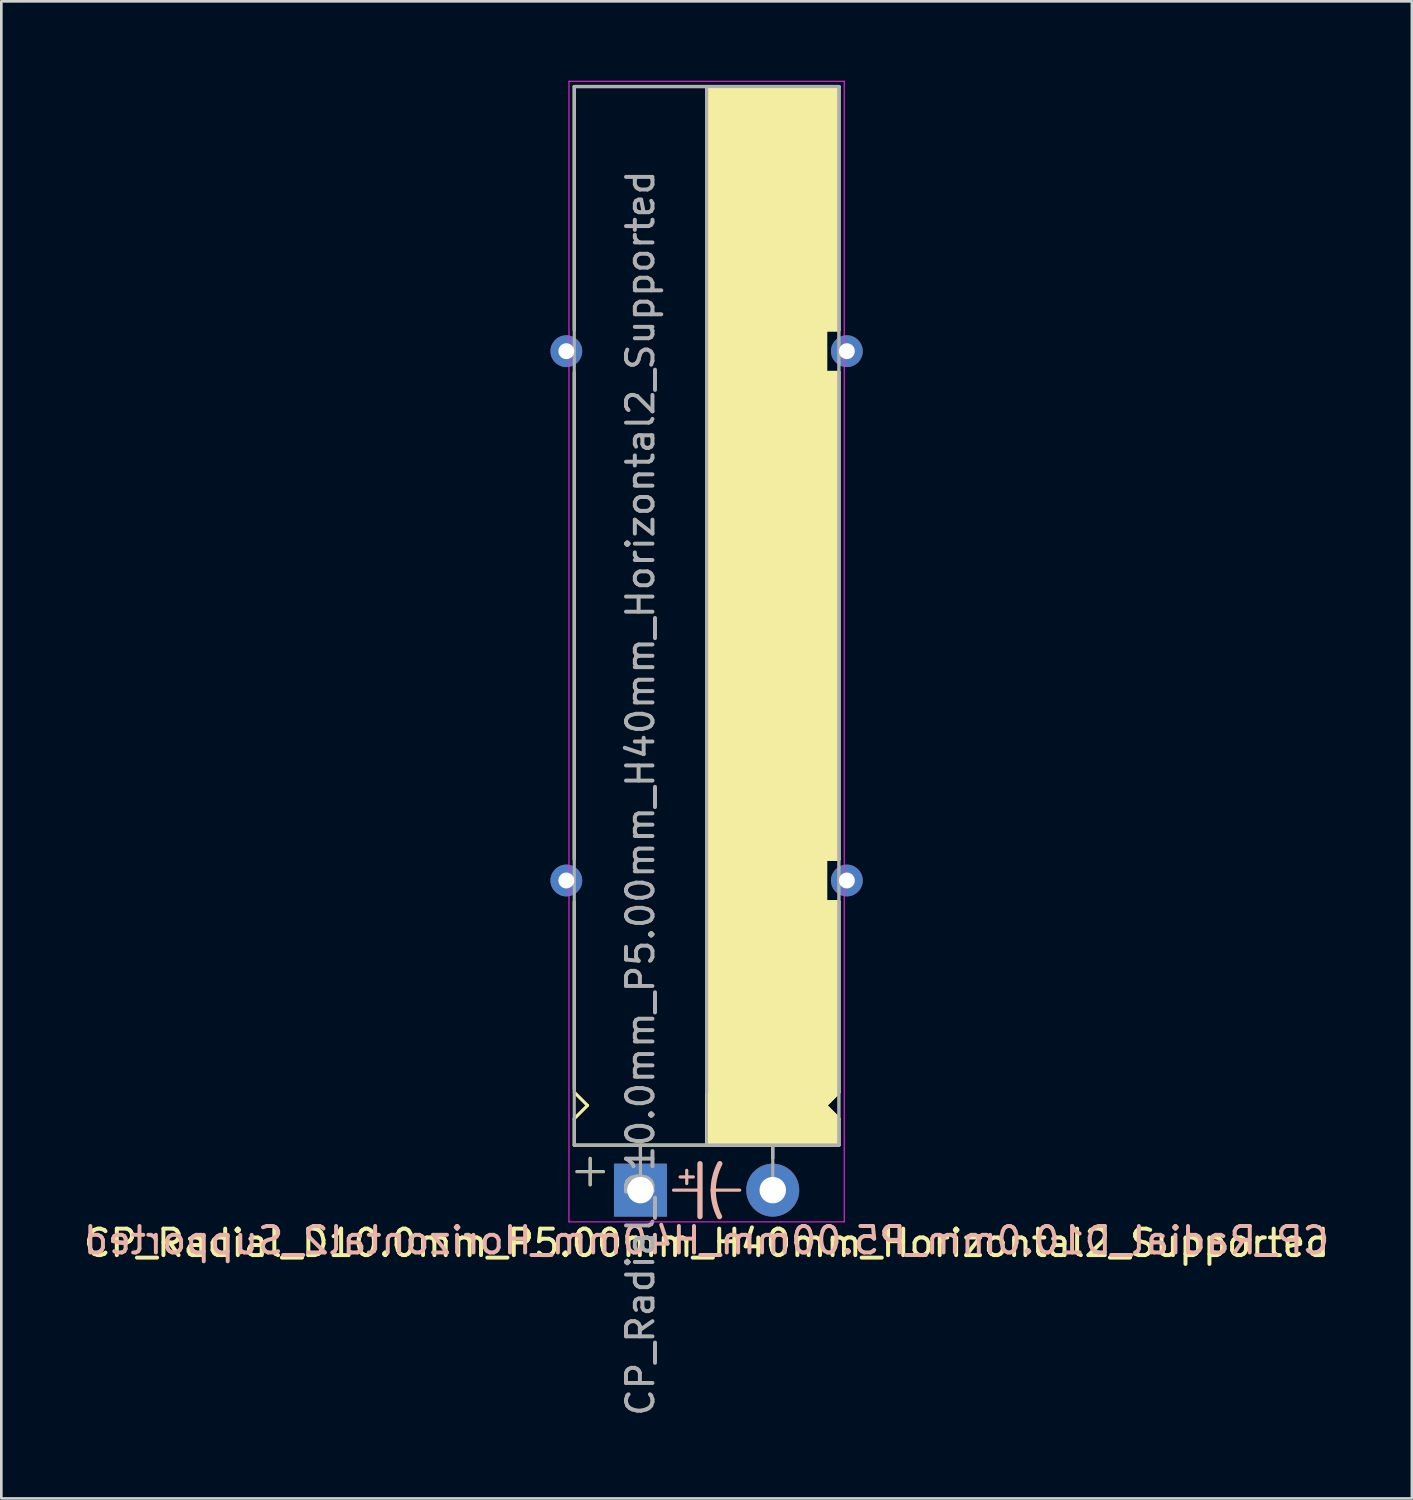
<source format=kicad_pcb>
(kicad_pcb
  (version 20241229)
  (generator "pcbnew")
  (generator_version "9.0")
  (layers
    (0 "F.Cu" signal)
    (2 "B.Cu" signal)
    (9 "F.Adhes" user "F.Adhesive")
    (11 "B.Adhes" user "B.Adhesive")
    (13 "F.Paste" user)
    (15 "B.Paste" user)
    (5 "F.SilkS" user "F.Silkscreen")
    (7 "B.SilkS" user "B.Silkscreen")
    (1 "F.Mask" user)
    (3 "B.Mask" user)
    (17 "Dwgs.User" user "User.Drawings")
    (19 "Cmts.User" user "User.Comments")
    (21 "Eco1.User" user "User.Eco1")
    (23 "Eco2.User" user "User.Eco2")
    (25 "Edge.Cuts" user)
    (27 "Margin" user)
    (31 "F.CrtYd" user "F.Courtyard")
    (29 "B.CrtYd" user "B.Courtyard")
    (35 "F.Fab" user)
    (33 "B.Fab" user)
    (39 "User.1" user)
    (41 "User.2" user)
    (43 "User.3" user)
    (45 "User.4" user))
  (footprint "CP_Radial_D10.0mm_P5.00mm_H40mm_Horizontal2_Supported"
    (layer "F.Cu")
    (at 21.149 41.92)
    (property "Reference" "CP_Radial_D10.0mm_P5.00mm_H40mm_Horizontal2_Supported" (at 2.5 2 0) (layer "F.SilkS") (effects (font (size 1 1) (thickness 0.15))))
    (fp_line (start -2.5 -41.7) (end 7.5 -41.7) (stroke (width 0.12) (type solid)) (layer "F.SilkS"))
    (fp_line (start -2.5 -32.5) (end -2.5 -41.7) (stroke (width 0.12) (type solid)) (layer "F.SilkS"))
    (fp_line (start -2.5 -12.5) (end -2.5 -30.9) (stroke (width 0.12) (type solid)) (layer "F.SilkS"))
    (fp_line (start -2.5 -3.8) (end -2.5 -10.9) (stroke (width 0.12) (type solid)) (layer "F.SilkS"))
    (fp_line (start -2.5 -2.7) (end -2 -3.2) (stroke (width 0.12) (type solid)) (layer "F.SilkS"))
    (fp_line (start -2.5 -1.7) (end -2.5 -2.7) (stroke (width 0.12) (type solid)) (layer "F.SilkS"))
    (fp_line (start -2 -3.2) (end -2.5 -3.7) (stroke (width 0.12) (type solid)) (layer "F.SilkS"))
    (fp_line (start -1.9 -1.2) (end -1.9 -0.2) (stroke (width 0.12) (type solid)) (layer "F.SilkS"))
    (fp_line (start -1.4 -0.7) (end -2.4 -0.7) (stroke (width 0.12) (type solid)) (layer "F.SilkS"))
    (fp_line (start 0 -1.7) (end 0 -1.2) (stroke (width 0.12) (type solid)) (layer "F.SilkS"))
    (fp_line (start 2.5 -41.7) (end 2.5 -1.7) (stroke (width 0.12) (type solid)) (layer "F.SilkS"))
    (fp_line (start 2.5 -1.7) (end -2.5 -1.7) (stroke (width 0.12) (type solid)) (layer "F.SilkS"))
    (fp_line (start 5 -1.7) (end 5 -1.2) (stroke (width 0.12) (type solid)) (layer "F.SilkS"))
    (fp_line (start 7 -32.5) (end 7.5 -32.5) (stroke (width 0.12) (type solid)) (layer "F.SilkS"))
    (fp_line (start 7 -30.9) (end 7 -32.5) (stroke (width 0.12) (type solid)) (layer "F.SilkS"))
    (fp_line (start 7 -12.5) (end 7.5 -12.5) (stroke (width 0.12) (type solid)) (layer "F.SilkS"))
    (fp_line (start 7 -10.9) (end 7 -12.5) (stroke (width 0.12) (type solid)) (layer "F.SilkS"))
    (fp_line (start 7 -3.2) (end 7.5 -3.7) (stroke (width 0.12) (type solid)) (layer "F.SilkS"))
    (fp_line (start 7.5 -32.5) (end 7.5 -41.7) (stroke (width 0.12) (type solid)) (layer "F.SilkS"))
    (fp_line (start 7.5 -30.9) (end 7 -30.9) (stroke (width 0.12) (type solid)) (layer "F.SilkS"))
    (fp_line (start 7.5 -12.5) (end 7.5 -30.9) (stroke (width 0.12) (type solid)) (layer "F.SilkS"))
    (fp_line (start 7.5 -10.9) (end 7 -10.9) (stroke (width 0.12) (type solid)) (layer "F.SilkS"))
    (fp_line (start 7.5 -3.7) (end 7.5 -10.9) (stroke (width 0.12) (type solid)) (layer "F.SilkS"))
    (fp_line (start 7.5 -2.7) (end 7 -3.2) (stroke (width 0.12) (type solid)) (layer "F.SilkS"))
    (fp_line (start 7.5 -1.7) (end 2.5 -1.7) (stroke (width 0.12) (type solid)) (layer "F.SilkS"))
    (fp_line (start 7.5 -1.7) (end 7.5 -2.7) (stroke (width 0.12) (type solid)) (layer "F.SilkS"))
    (fp_poly (pts (xy 7.5 -2.7) (xy 7 -3.2) (xy 7.5 -3.7) (xy 7.5 -10.9) (xy 7 -10.9) (xy 7 -12.5) (xy 7.5 -12.5) (xy 7.5 -30.9) (xy 7 -30.9) (xy 7 -32.5) (xy 7.5 -32.5) (xy 7.5 -41.7) (xy 2.5 -41.7) (xy 2.5 -1.7) (xy 7.5 -1.7)) (stroke (width 0.1) (type solid)) (fill yes) (layer "F.SilkS"))
    (fp_line (start 1.25 0) (end 2.25 0) (stroke (width 0.12) (type solid)) (layer "B.SilkS"))
    (fp_line (start 1.5 -0.5) (end 2 -0.5) (stroke (width 0.12) (type solid)) (layer "B.SilkS"))
    (fp_line (start 1.75 -0.75) (end 1.75 -0.25) (stroke (width 0.12) (type solid)) (layer "B.SilkS"))
    (fp_line (start 2.25 1) (end 2.25 -1) (stroke (width 0.2) (type solid)) (layer "B.SilkS"))
    (fp_line (start 3.75 0) (end 2.75 0) (stroke (width 0.12) (type solid)) (layer "B.SilkS"))
    (fp_arc (start 2.75 0) (mid 2.816707 -0.514573) (end 3 -1) (stroke (width 0.2) (type solid)) (layer "B.SilkS"))
    (fp_arc (start 2.987539 1) (mid 2.810248 0.513901) (end 2.75 0) (stroke (width 0.2) (type solid)) (layer "B.SilkS"))
    (fp_line (start -2.7 -41.9) (end -2.7 1.2) (stroke (width 0.04) (type solid)) (layer "F.CrtYd"))
    (fp_line (start -2.7 1.2) (end 5.3 1.2) (stroke (width 0.04) (type solid)) (layer "F.CrtYd"))
    (fp_line (start 5.3 1.2) (end 7.7 1.2) (stroke (width 0.04) (type solid)) (layer "F.CrtYd"))
    (fp_line (start 7.7 -41.9) (end -2.7 -41.9) (stroke (width 0.04) (type solid)) (layer "F.CrtYd"))
    (fp_line (start 7.7 1.2) (end 7.7 -41.9) (stroke (width 0.04) (type solid)) (layer "F.CrtYd"))
    (fp_line (start -2.5 -41.7) (end 7.5 -41.7) (stroke (width 0.12) (type solid)) (layer "F.Fab"))
    (fp_line (start -2.5 -1.7) (end -2.5 -41.7) (stroke (width 0.12) (type solid)) (layer "F.Fab"))
    (fp_line (start -2.4 -0.7) (end -1.4 -0.7) (stroke (width 0.1) (type solid)) (layer "F.Fab"))
    (fp_line (start -1.9 -0.2) (end -1.9 -1.2) (stroke (width 0.1) (type solid)) (layer "F.Fab"))
    (fp_line (start 0 -1.7) (end 0 0) (stroke (width 0.12) (type solid)) (layer "F.Fab"))
    (fp_line (start 2.5 -3.7) (end 2.5 -41.7) (stroke (width 0.12) (type solid)) (layer "F.Fab"))
    (fp_line (start 5 -1.7) (end 5 0) (stroke (width 0.12) (type solid)) (layer "F.Fab"))
    (fp_line (start 7.5 -41.7) (end 7.5 -1.7) (stroke (width 0.12) (type solid)) (layer "F.Fab"))
    (fp_line (start 7.5 -1.7) (end -2.5 -1.7) (stroke (width 0.12) (type solid)) (layer "F.Fab"))
    (fp_poly (pts (xy 7.5 -41.7) (xy 2.5 -41.7) (xy 2.5 -1.7) (xy 7.5 -1.7)) (stroke (width 0.1) (type solid)) (fill no) (layer "F.Fab"))
    (fp_text user "${REFERENCE}" (at 2.5 1.9 0) (layer "B.SilkS") (effects (font (size 1 1) (thickness 0.15)) (justify mirror)))
    (fp_text user "${REFERENCE}" (at 0 -15 90) (layer "F.Fab") (effects (font (size 1 1) (thickness 0.15))))
    (pad "1" thru_hole rect (at 0 0) (size 2 2) (drill 1) (layers "*.Cu" "*.Mask"))
    (pad "2" thru_hole circle (at 5 0) (size 2 2) (drill 1) (layers "*.Cu" "*.Mask"))
    (pad "~" thru_hole circle (at -2.8 -31.7 180) (size 1.2 1.2) (drill 0.6) (layers "*.Cu" "*.Mask"))
    (pad "~" thru_hole circle (at -2.8 -11.7) (size 1.2 1.2) (drill 0.6) (layers "*.Cu" "*.Mask"))
    (pad "~" thru_hole circle (at 7.8 -31.7 180) (size 1.2 1.2) (drill 0.6) (layers "*.Cu" "*.Mask"))
    (pad "~" thru_hole circle (at 7.8 -11.7 180) (size 1.2 1.2) (drill 0.6) (layers "*.Cu" "*.Mask")))
  (gr_rect
    (start -3 -3)
    (end 50.298 53.569)
    (stroke (width 0.1) (type default))
    (fill no)
    (layer "Edge.Cuts")))
</source>
